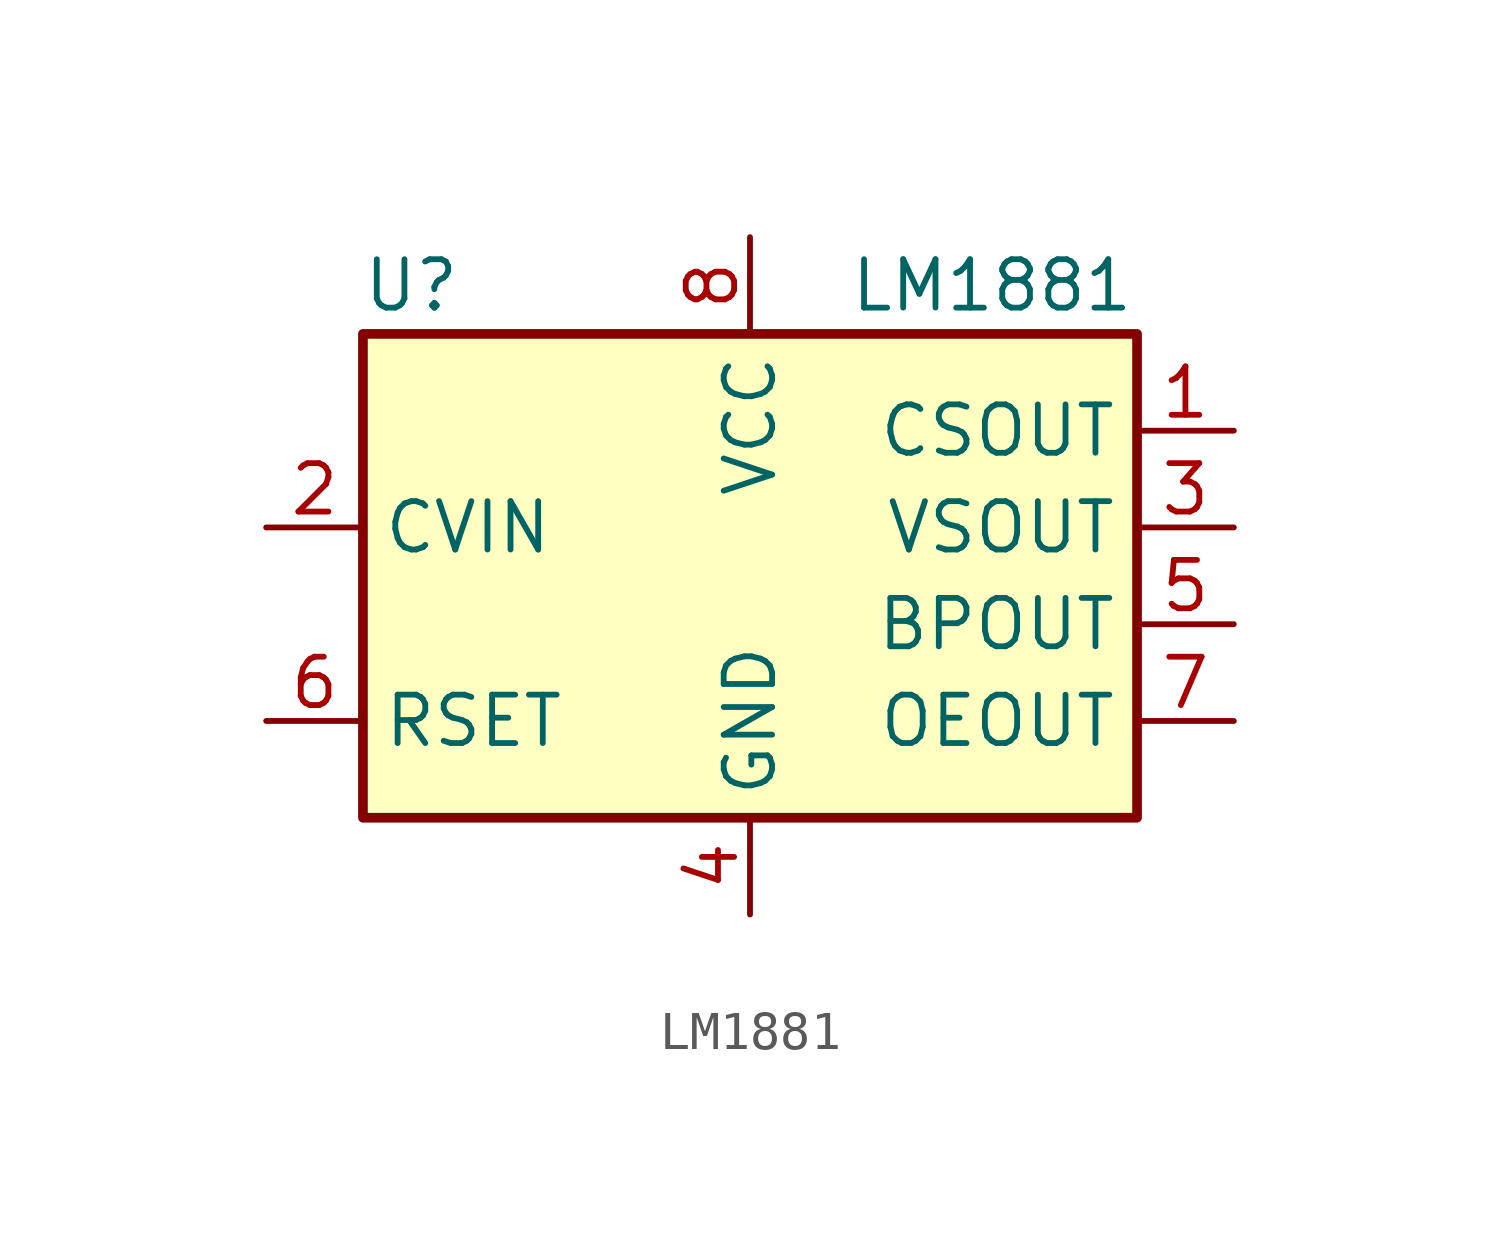
<source format=kicad_sym>
(kicad_symbol_lib
  (version 20241209)
  (generator "kicad_symbol_editor")
  (generator_version "9.0")
  (symbol "LM1881"
    (property "Reference" "U"
      (at -8.89 8.89 0)
      (effects (font (size 1.27 1.27))))
    (property "Value" "LM1881"
      (at 6.35 8.89 0)
      (effects (font (size 1.27 1.27))))
    (symbol "LM1881_0_1"
      (rectangle (start -10.16 7.62) (end 10.16 -5.08) (stroke (width 0.254) (type default)) (fill (type background))))
    (symbol "LM1881_1_1"
      (pin input line (at -12.7 2.54 0) (length 2.54) (name "CVIN" (effects (font (size 1.27 1.27)))) (number "2" (effects (font (size 1.27 1.27)))))
      (pin input line (at -12.7 -2.54 0) (length 2.54) (name "RSET" (effects (font (size 1.27 1.27)))) (number "6" (effects (font (size 1.27 1.27)))))
      (pin power_in line (at 0 10.16 270) (length 2.54) (name "VCC" (effects (font (size 1.27 1.27)))) (number "8" (effects (font (size 1.27 1.27)))))
      (pin power_in line (at 0 -7.62 90) (length 2.54) (name "GND" (effects (font (size 1.27 1.27)))) (number "4" (effects (font (size 1.27 1.27)))))
      (pin output line (at 12.7 5.08 180) (length 2.54) (name "CSOUT" (effects (font (size 1.27 1.27)))) (number "1" (effects (font (size 1.27 1.27)))))
      (pin output line (at 12.7 2.54 180) (length 2.54) (name "VSOUT" (effects (font (size 1.27 1.27)))) (number "3" (effects (font (size 1.27 1.27)))))
      (pin output line (at 12.7 0 180) (length 2.54) (name "BPOUT" (effects (font (size 1.27 1.27)))) (number "5" (effects (font (size 1.27 1.27)))))
      (pin output line (at 12.7 -2.54 180) (length 2.54) (name "OEOUT" (effects (font (size 1.27 1.27)))) (number "7" (effects (font (size 1.27 1.27))))))))
</source>
